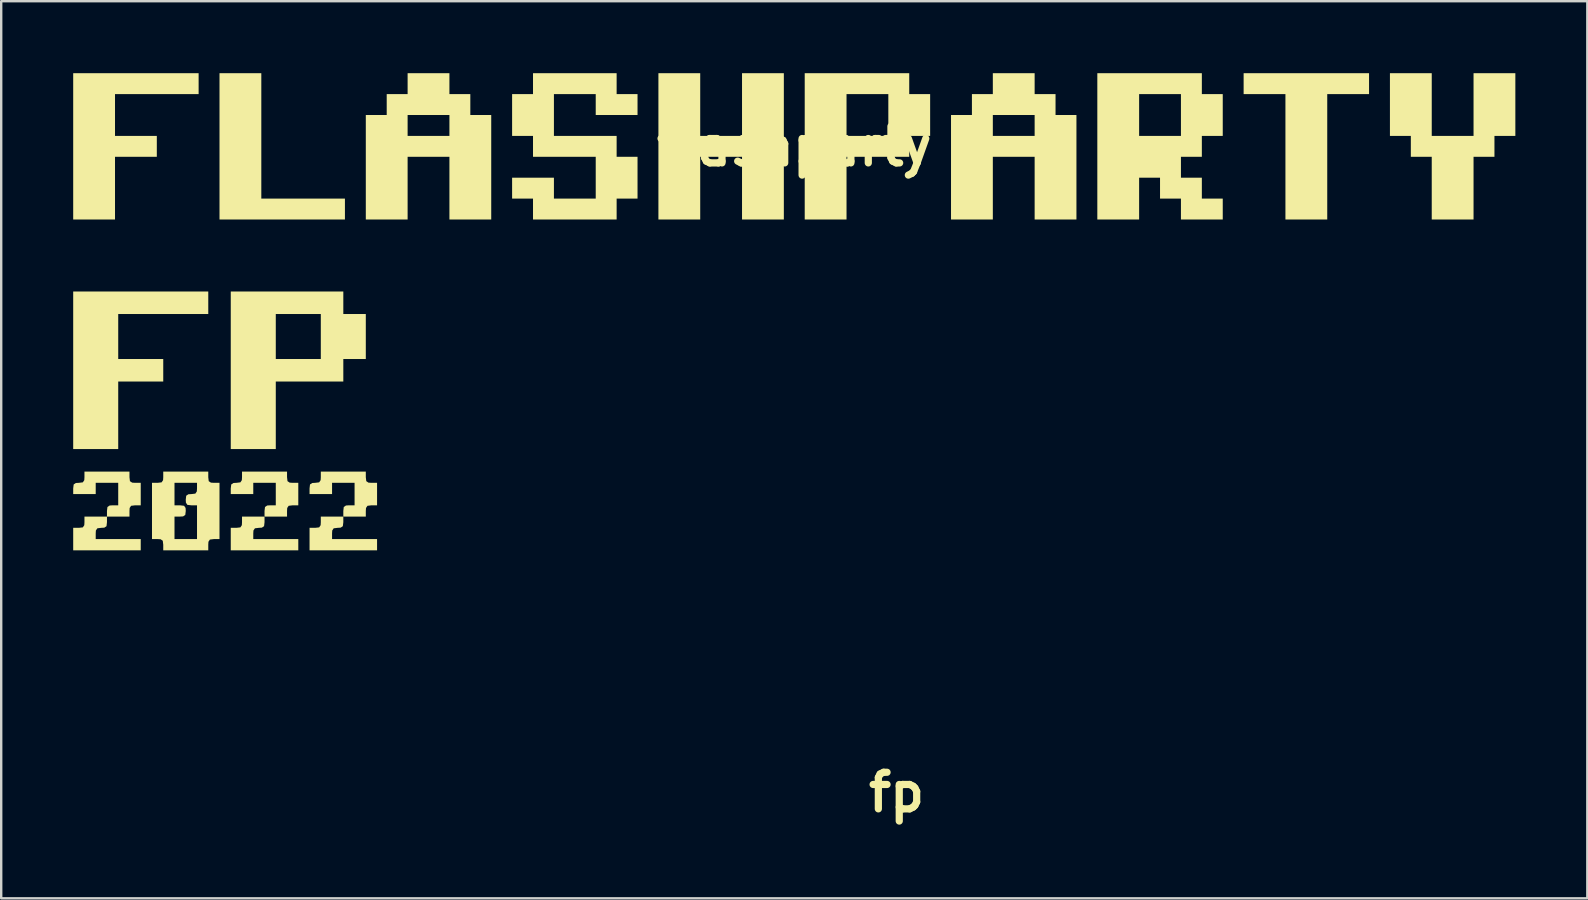
<source format=kicad_pcb>
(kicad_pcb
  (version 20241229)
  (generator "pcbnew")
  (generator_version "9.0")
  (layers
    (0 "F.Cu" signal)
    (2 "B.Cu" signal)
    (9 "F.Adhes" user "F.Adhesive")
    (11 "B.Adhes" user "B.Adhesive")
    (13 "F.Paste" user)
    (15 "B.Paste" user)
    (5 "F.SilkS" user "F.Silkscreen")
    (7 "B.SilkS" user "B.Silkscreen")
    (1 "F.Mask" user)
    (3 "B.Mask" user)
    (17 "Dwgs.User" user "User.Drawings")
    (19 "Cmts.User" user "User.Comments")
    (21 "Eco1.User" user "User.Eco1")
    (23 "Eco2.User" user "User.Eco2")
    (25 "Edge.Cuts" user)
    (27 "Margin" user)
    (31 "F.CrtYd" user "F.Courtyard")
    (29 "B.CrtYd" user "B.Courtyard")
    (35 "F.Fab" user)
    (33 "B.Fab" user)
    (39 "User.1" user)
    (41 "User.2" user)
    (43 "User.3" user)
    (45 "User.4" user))
  (footprint "fp"
    (layer "F.Cu")
    (at 34.31 29.963)
    (property "Reference" "fp" (at 0 0 0) (layer "F.SilkS") (effects (font (size 1.524 1.524) (thickness 0.3))))
    (attr board_only exclude_from_pos_files exclude_from_bom)
    (fp_poly (pts (xy -28.682 -19.929) (xy -32.434 -19.929) (xy -32.434 -18.054) (xy -30.558 -18.054) (xy -30.558 -17.116) (xy -32.434 -17.116) (xy -32.434 -14.302) (xy -34.31 -14.302) (xy -34.31 -20.867) (xy -28.682 -20.867)) (stroke (width 0) (type solid)) (fill yes) (layer "F.SilkS"))
    (fp_poly (pts (xy -23.055 -19.929) (xy -22.118 -19.929) (xy -22.118 -18.054) (xy -23.055 -18.054) (xy -23.055 -17.116) (xy -25.869 -17.116) (xy -25.869 -14.302) (xy -27.745 -14.302) (xy -27.745 -18.054) (xy -25.869 -18.054) (xy -23.993 -18.054) (xy -23.993 -19.929) (xy -25.869 -19.929) (xy -25.869 -18.054) (xy -27.745 -18.054) (xy -27.745 -20.867) (xy -23.055 -20.867)) (stroke (width 0) (type solid)) (fill yes) (layer "F.SilkS"))
    (fp_poly (pts (xy -32.903 -11.254) (xy -32.922 -11.088) (xy -33.013 -11.027) (xy -33.137 -11.02) (xy -33.303 -11) (xy -33.365 -10.909) (xy -33.372 -10.785) (xy -33.372 -10.551) (xy -31.496 -10.551) (xy -31.496 -10.082) (xy -34.31 -10.082) (xy -34.31 -11.02) (xy -34.075 -11.02) (xy -33.909 -11.039) (xy -33.848 -11.13) (xy -33.841 -11.254) (xy -33.841 -11.489) (xy -32.903 -11.489)) (stroke (width 0) (type solid)) (fill yes) (layer "F.SilkS"))
    (fp_poly (pts (xy -26.338 -11.254) (xy -26.357 -11.088) (xy -26.449 -11.027) (xy -26.572 -11.02) (xy -26.738 -11) (xy -26.8 -10.909) (xy -26.807 -10.785) (xy -26.807 -10.551) (xy -24.931 -10.551) (xy -24.931 -10.082) (xy -27.745 -10.082) (xy -27.745 -11.02) (xy -27.51 -11.02) (xy -27.344 -11.039) (xy -27.283 -11.13) (xy -27.276 -11.254) (xy -27.276 -11.489) (xy -26.338 -11.489)) (stroke (width 0) (type solid)) (fill yes) (layer "F.SilkS"))
    (fp_poly (pts (xy -23.055 -11.254) (xy -23.075 -11.088) (xy -23.166 -11.027) (xy -23.29 -11.02) (xy -23.456 -11) (xy -23.517 -10.909) (xy -23.524 -10.785) (xy -23.524 -10.551) (xy -21.649 -10.551) (xy -21.649 -10.082) (xy -24.462 -10.082) (xy -24.462 -11.02) (xy -24.228 -11.02) (xy -24.062 -11.039) (xy -24 -11.13) (xy -23.993 -11.254) (xy -23.993 -11.489) (xy -23.055 -11.489)) (stroke (width 0) (type solid)) (fill yes) (layer "F.SilkS"))
    (fp_poly (pts (xy -31.965 -13.13) (xy -31.946 -12.964) (xy -31.854 -12.903) (xy -31.73 -12.895) (xy -31.496 -12.895) (xy -31.496 -11.958) (xy -31.73 -11.958) (xy -31.897 -11.938) (xy -31.958 -11.847) (xy -31.965 -11.723) (xy -31.965 -11.489) (xy -32.903 -11.489) (xy -32.903 -11.723) (xy -32.883 -11.889) (xy -32.792 -11.95) (xy -32.668 -11.958) (xy -32.434 -11.958) (xy -32.434 -12.895) (xy -33.372 -12.895) (xy -33.372 -12.426) (xy -34.31 -12.426) (xy -34.31 -12.661) (xy -34.29 -12.827) (xy -34.199 -12.888) (xy -34.075 -12.895) (xy -33.909 -12.915) (xy -33.848 -13.006) (xy -33.841 -13.13) (xy -33.841 -13.364) (xy -31.965 -13.364)) (stroke (width 0) (type solid)) (fill yes) (layer "F.SilkS"))
    (fp_poly (pts (xy -25.4 -13.13) (xy -25.381 -12.964) (xy -25.289 -12.903) (xy -25.166 -12.895) (xy -24.931 -12.895) (xy -24.931 -11.958) (xy -25.166 -11.958) (xy -25.332 -11.938) (xy -25.393 -11.847) (xy -25.4 -11.723) (xy -25.4 -11.489) (xy -26.338 -11.489) (xy -26.338 -11.723) (xy -26.318 -11.889) (xy -26.227 -11.95) (xy -26.103 -11.958) (xy -25.869 -11.958) (xy -25.869 -12.895) (xy -26.807 -12.895) (xy -26.807 -12.426) (xy -27.745 -12.426) (xy -27.745 -12.661) (xy -27.725 -12.827) (xy -27.634 -12.888) (xy -27.51 -12.895) (xy -27.344 -12.915) (xy -27.283 -13.006) (xy -27.276 -13.13) (xy -27.276 -13.364) (xy -25.4 -13.364)) (stroke (width 0) (type solid)) (fill yes) (layer "F.SilkS"))
    (fp_poly (pts (xy -22.118 -13.13) (xy -22.098 -12.964) (xy -22.007 -12.903) (xy -21.883 -12.895) (xy -21.649 -12.895) (xy -21.649 -11.958) (xy -21.883 -11.958) (xy -22.049 -11.938) (xy -22.11 -11.847) (xy -22.118 -11.723) (xy -22.118 -11.489) (xy -23.055 -11.489) (xy -23.055 -11.723) (xy -23.036 -11.889) (xy -22.945 -11.95) (xy -22.821 -11.958) (xy -22.586 -11.958) (xy -22.586 -12.895) (xy -23.524 -12.895) (xy -23.524 -12.426) (xy -24.462 -12.426) (xy -24.462 -12.661) (xy -24.443 -12.827) (xy -24.351 -12.888) (xy -24.228 -12.895) (xy -24.062 -12.915) (xy -24 -13.006) (xy -23.993 -13.13) (xy -23.993 -13.364) (xy -22.118 -13.364)) (stroke (width 0) (type solid)) (fill yes) (layer "F.SilkS"))
    (fp_poly (pts (xy -28.682 -13.13) (xy -28.663 -12.964) (xy -28.572 -12.903) (xy -28.448 -12.895) (xy -28.214 -12.895) (xy -28.214 -10.551) (xy -28.448 -10.551) (xy -28.614 -10.531) (xy -28.675 -10.44) (xy -28.682 -10.316) (xy -28.682 -10.082) (xy -30.558 -10.082) (xy -30.558 -10.316) (xy -30.578 -10.482) (xy -30.669 -10.544) (xy -30.793 -10.551) (xy -30.089 -10.551) (xy -29.151 -10.551) (xy -29.151 -11.958) (xy -29.386 -11.958) (xy -29.552 -11.977) (xy -29.613 -12.068) (xy -29.62 -12.192) (xy -29.601 -12.358) (xy -29.51 -12.419) (xy -29.386 -12.426) (xy -29.22 -12.446) (xy -29.159 -12.537) (xy -29.151 -12.661) (xy -29.151 -12.895) (xy -30.089 -12.895) (xy -30.089 -11.958) (xy -29.855 -11.958) (xy -29.689 -11.938) (xy -29.627 -11.847) (xy -29.62 -11.723) (xy -29.64 -11.557) (xy -29.731 -11.496) (xy -29.855 -11.489) (xy -30.089 -11.489) (xy -30.089 -10.551) (xy -30.793 -10.551) (xy -31.027 -10.551) (xy -31.027 -12.895) (xy -30.793 -12.895) (xy -30.627 -12.915) (xy -30.565 -13.006) (xy -30.558 -13.13) (xy -30.558 -13.364) (xy -28.682 -13.364)) (stroke (width 0) (type solid)) (fill yes) (layer "F.SilkS")))
  (footprint "flashparty"
    (layer "F.Cu")
    (at 30.045 3.048)
    (property "Reference" "flashparty" (at 0 0 0) (layer "F.SilkS") (effects (font (size 1.524 1.524) (thickness 0.3))))
    (attr board_only exclude_from_pos_files exclude_from_bom)
    (fp_poly (pts (xy -22.207 2.177) (xy -18.723 2.177) (xy -18.723 3.048) (xy -23.949 3.048) (xy -23.949 -3.048) (xy -22.207 -3.048)) (stroke (width 0) (type solid)) (fill yes) (layer "F.SilkS"))
    (fp_poly (pts (xy 23.949 -2.177) (xy 22.207 -2.177) (xy 22.207 3.048) (xy 20.465 3.048) (xy 20.465 -2.177) (xy 18.723 -2.177) (xy 18.723 -3.048) (xy 23.949 -3.048)) (stroke (width 0) (type solid)) (fill yes) (layer "F.SilkS"))
    (fp_poly (pts (xy -24.819 -2.177) (xy -28.303 -2.177) (xy -28.303 -0.435) (xy -26.561 -0.435) (xy -26.561 0.435) (xy -28.303 0.435) (xy -28.303 3.048) (xy -30.045 3.048) (xy -30.045 -3.048) (xy -24.819 -3.048)) (stroke (width 0) (type solid)) (fill yes) (layer "F.SilkS"))
    (fp_poly (pts (xy -3.919 -0.435) (xy -2.177 -0.435) (xy -2.177 -3.048) (xy -0.435 -3.048) (xy -0.435 3.048) (xy -2.177 3.048) (xy -2.177 0.435) (xy -3.919 0.435) (xy -3.919 3.048) (xy -5.661 3.048) (xy -5.661 -3.048) (xy -3.919 -3.048)) (stroke (width 0) (type solid)) (fill yes) (layer "F.SilkS"))
    (fp_poly (pts (xy 26.561 -0.435) (xy 28.303 -0.435) (xy 28.303 -3.048) (xy 30.045 -3.048) (xy 30.045 -0.435) (xy 29.174 -0.435) (xy 29.174 0.435) (xy 28.303 0.435) (xy 28.303 3.048) (xy 26.561 3.048) (xy 26.561 0.435) (xy 25.69 0.435) (xy 25.69 -0.435) (xy 24.819 -0.435) (xy 24.819 -3.048) (xy 26.561 -3.048)) (stroke (width 0) (type solid)) (fill yes) (layer "F.SilkS"))
    (fp_poly (pts (xy 4.79 -2.177) (xy 5.661 -2.177) (xy 5.661 -0.435) (xy 4.79 -0.435) (xy 4.79 0.435) (xy 2.177 0.435) (xy 2.177 3.048) (xy 0.435 3.048) (xy 0.435 -0.435) (xy 2.177 -0.435) (xy 3.919 -0.435) (xy 3.919 -2.177) (xy 2.177 -2.177) (xy 2.177 -0.435) (xy 0.435 -0.435) (xy 0.435 -3.048) (xy 4.79 -3.048)) (stroke (width 0) (type solid)) (fill yes) (layer "F.SilkS"))
    (fp_poly (pts (xy -14.369 -2.177) (xy -13.498 -2.177) (xy -13.498 -1.306) (xy -12.627 -1.306) (xy -12.627 3.048) (xy -14.369 3.048) (xy -14.369 0.435) (xy -16.111 0.435) (xy -16.111 3.048) (xy -17.853 3.048) (xy -17.853 -0.435) (xy -16.111 -0.435) (xy -14.369 -0.435) (xy -14.369 -1.306) (xy -16.111 -1.306) (xy -16.111 -0.435) (xy -17.853 -0.435) (xy -17.853 -1.306) (xy -16.982 -1.306) (xy -16.982 -2.177) (xy -16.111 -2.177) (xy -16.111 -3.048) (xy -14.369 -3.048)) (stroke (width 0) (type solid)) (fill yes) (layer "F.SilkS"))
    (fp_poly (pts (xy 10.015 -2.177) (xy 10.886 -2.177) (xy 10.886 -1.306) (xy 11.757 -1.306) (xy 11.757 3.048) (xy 10.015 3.048) (xy 10.015 0.435) (xy 8.273 0.435) (xy 8.273 3.048) (xy 6.531 3.048) (xy 6.531 -0.435) (xy 8.273 -0.435) (xy 10.015 -0.435) (xy 10.015 -1.306) (xy 8.273 -1.306) (xy 8.273 -0.435) (xy 6.531 -0.435) (xy 6.531 -1.306) (xy 7.402 -1.306) (xy 7.402 -2.177) (xy 8.273 -2.177) (xy 8.273 -3.048) (xy 10.015 -3.048)) (stroke (width 0) (type solid)) (fill yes) (layer "F.SilkS"))
    (fp_poly (pts (xy 16.982 -2.177) (xy 17.853 -2.177) (xy 17.853 -0.435) (xy 16.982 -0.435) (xy 16.982 0.435) (xy 16.111 0.435) (xy 16.111 1.306) (xy 16.982 1.306) (xy 16.982 2.177) (xy 17.853 2.177) (xy 17.853 3.048) (xy 16.111 3.048) (xy 16.111 2.177) (xy 15.24 2.177) (xy 15.24 1.306) (xy 14.369 1.306) (xy 14.369 3.048) (xy 12.627 3.048) (xy 12.627 -0.435) (xy 14.369 -0.435) (xy 16.111 -0.435) (xy 16.111 -2.177) (xy 14.369 -2.177) (xy 14.369 -0.435) (xy 12.627 -0.435) (xy 12.627 -3.048) (xy 16.982 -3.048)) (stroke (width 0) (type solid)) (fill yes) (layer "F.SilkS"))
    (fp_poly (pts (xy -7.402 -2.177) (xy -6.531 -2.177) (xy -6.531 -1.306) (xy -8.273 -1.306) (xy -8.273 -2.177) (xy -10.015 -2.177) (xy -10.015 -0.435) (xy -7.402 -0.435) (xy -7.402 0.435) (xy -6.531 0.435) (xy -6.531 2.177) (xy -7.402 2.177) (xy -7.402 3.048) (xy -10.886 3.048) (xy -10.886 2.177) (xy -11.757 2.177) (xy -11.757 1.306) (xy -10.015 1.306) (xy -10.015 2.177) (xy -8.273 2.177) (xy -8.273 0.435) (xy -10.886 0.435) (xy -10.886 -0.435) (xy -11.757 -0.435) (xy -11.757 -2.177) (xy -10.886 -2.177) (xy -10.886 -3.048) (xy -7.402 -3.048)) (stroke (width 0) (type solid)) (fill yes) (layer "F.SilkS")))
  (gr_rect
    (start -3 -3)
    (end 63.089 34.381)
    (stroke (width 0.1) (type default))
    (fill no)
    (layer "Edge.Cuts")))
</source>
